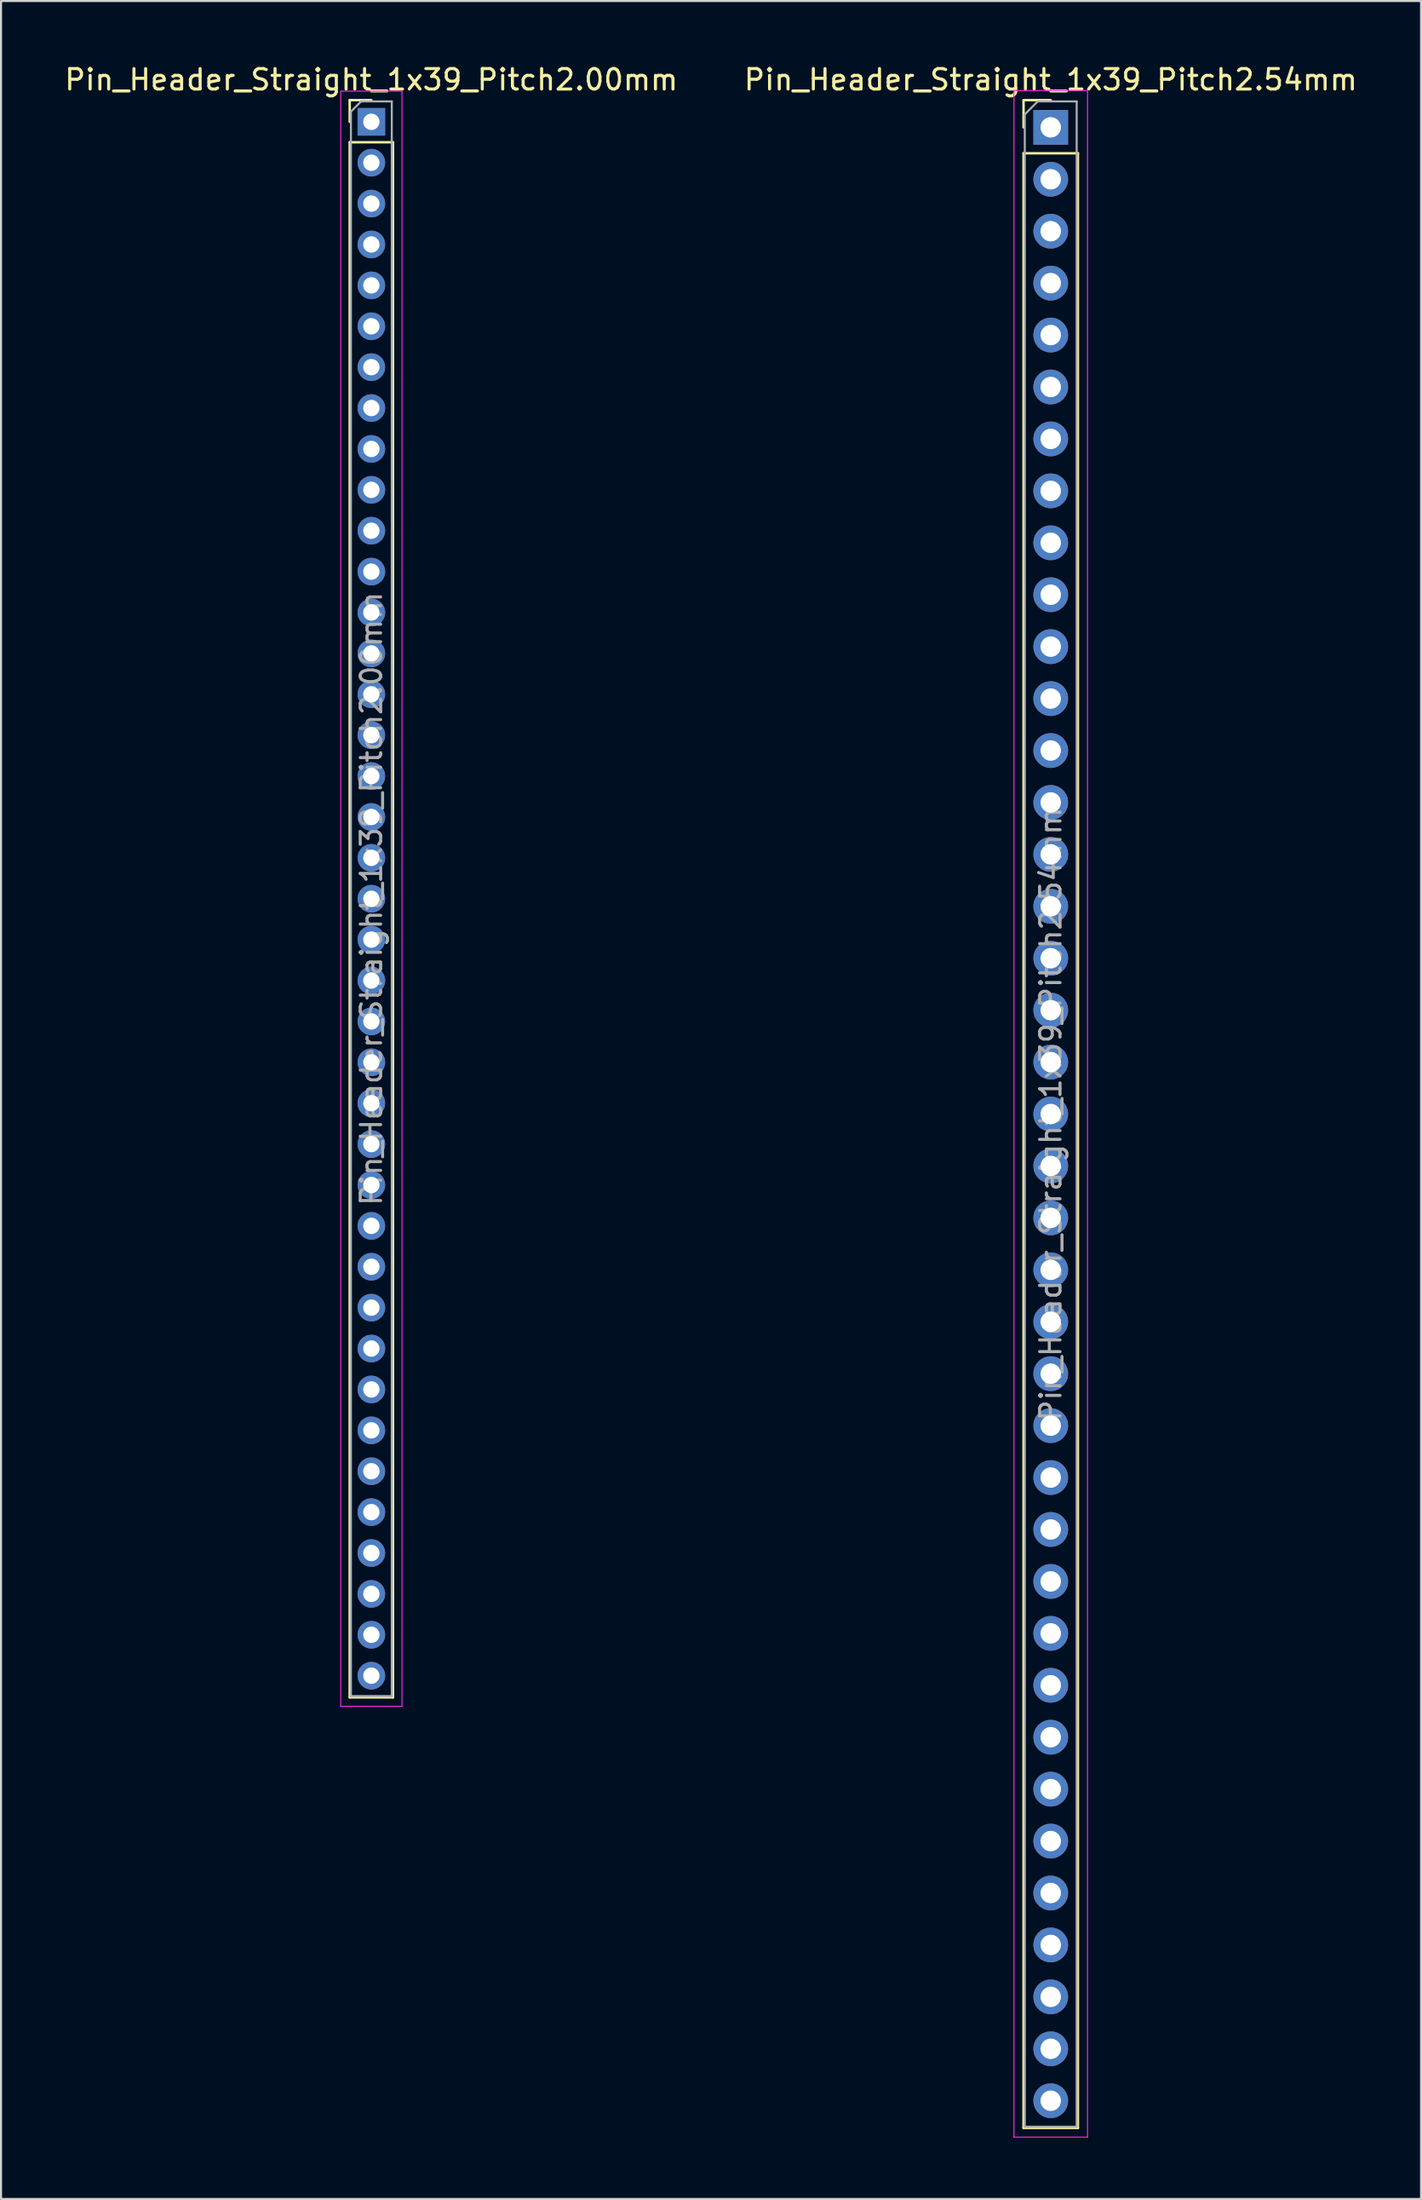
<source format=kicad_pcb>
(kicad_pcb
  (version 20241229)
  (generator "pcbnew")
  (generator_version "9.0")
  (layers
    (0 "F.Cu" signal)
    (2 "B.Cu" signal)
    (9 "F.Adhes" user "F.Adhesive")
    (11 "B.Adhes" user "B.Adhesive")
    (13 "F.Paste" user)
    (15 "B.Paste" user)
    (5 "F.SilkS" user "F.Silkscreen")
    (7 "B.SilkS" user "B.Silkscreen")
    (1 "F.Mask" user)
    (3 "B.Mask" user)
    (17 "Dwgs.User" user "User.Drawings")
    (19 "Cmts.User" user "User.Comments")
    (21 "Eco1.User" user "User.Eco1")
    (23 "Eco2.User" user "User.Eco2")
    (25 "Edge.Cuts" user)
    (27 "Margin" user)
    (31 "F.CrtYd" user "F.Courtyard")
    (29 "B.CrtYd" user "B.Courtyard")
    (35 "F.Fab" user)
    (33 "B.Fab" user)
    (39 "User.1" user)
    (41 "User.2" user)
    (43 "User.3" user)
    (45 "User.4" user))
  (footprint "Pin_Header_Straight_1x39_Pitch2.00mm"
    (layer "F.Cu")
    (at 15.125 2.908)
    (property "Reference" "Pin_Header_Straight_1x39_Pitch2.00mm" (at 0 -2.06 0) (layer "F.SilkS") (effects (font (size 1 1) (thickness 0.15))))
    (attr through_hole)
    (fp_line (start -1.06 -1.06) (end 0 -1.06) (stroke (width 0.12) (type solid)) (layer "F.SilkS"))
    (fp_line (start -1.06 0) (end -1.06 -1.06) (stroke (width 0.12) (type solid)) (layer "F.SilkS"))
    (fp_line (start -1.06 1) (end -1.06 77.06) (stroke (width 0.12) (type solid)) (layer "F.SilkS"))
    (fp_line (start -1.06 1) (end 1.06 1) (stroke (width 0.12) (type solid)) (layer "F.SilkS"))
    (fp_line (start -1.06 77.06) (end 1.06 77.06) (stroke (width 0.12) (type solid)) (layer "F.SilkS"))
    (fp_line (start 1.06 1) (end 1.06 77.06) (stroke (width 0.12) (type solid)) (layer "F.SilkS"))
    (fp_line (start -1.5 -1.5) (end -1.5 77.5) (stroke (width 0.05) (type solid)) (layer "F.CrtYd"))
    (fp_line (start -1.5 77.5) (end 1.5 77.5) (stroke (width 0.05) (type solid)) (layer "F.CrtYd"))
    (fp_line (start 1.5 -1.5) (end -1.5 -1.5) (stroke (width 0.05) (type solid)) (layer "F.CrtYd"))
    (fp_line (start 1.5 77.5) (end 1.5 -1.5) (stroke (width 0.05) (type solid)) (layer "F.CrtYd"))
    (fp_line (start -1 -0.5) (end -0.5 -1) (stroke (width 0.1) (type solid)) (layer "F.Fab"))
    (fp_line (start -1 77) (end -1 -0.5) (stroke (width 0.1) (type solid)) (layer "F.Fab"))
    (fp_line (start -0.5 -1) (end 1 -1) (stroke (width 0.1) (type solid)) (layer "F.Fab"))
    (fp_line (start 1 -1) (end 1 77) (stroke (width 0.1) (type solid)) (layer "F.Fab"))
    (fp_line (start 1 77) (end -1 77) (stroke (width 0.1) (type solid)) (layer "F.Fab"))
    (fp_text user "${REFERENCE}" (at 0 38 90) (layer "F.Fab") (effects (font (size 1 1) (thickness 0.15))))
    (pad "1" thru_hole rect (at 0 0) (size 1.35 1.35) (drill 0.8) (layers "*.Cu" "*.Mask"))
    (pad "2" thru_hole oval (at 0 2) (size 1.35 1.35) (drill 0.8) (layers "*.Cu" "*.Mask"))
    (pad "3" thru_hole oval (at 0 4) (size 1.35 1.35) (drill 0.8) (layers "*.Cu" "*.Mask"))
    (pad "4" thru_hole oval (at 0 6) (size 1.35 1.35) (drill 0.8) (layers "*.Cu" "*.Mask"))
    (pad "5" thru_hole oval (at 0 8) (size 1.35 1.35) (drill 0.8) (layers "*.Cu" "*.Mask"))
    (pad "6" thru_hole oval (at 0 10) (size 1.35 1.35) (drill 0.8) (layers "*.Cu" "*.Mask"))
    (pad "7" thru_hole oval (at 0 12) (size 1.35 1.35) (drill 0.8) (layers "*.Cu" "*.Mask"))
    (pad "8" thru_hole oval (at 0 14) (size 1.35 1.35) (drill 0.8) (layers "*.Cu" "*.Mask"))
    (pad "9" thru_hole oval (at 0 16) (size 1.35 1.35) (drill 0.8) (layers "*.Cu" "*.Mask"))
    (pad "10" thru_hole oval (at 0 18) (size 1.35 1.35) (drill 0.8) (layers "*.Cu" "*.Mask"))
    (pad "11" thru_hole oval (at 0 20) (size 1.35 1.35) (drill 0.8) (layers "*.Cu" "*.Mask"))
    (pad "12" thru_hole oval (at 0 22) (size 1.35 1.35) (drill 0.8) (layers "*.Cu" "*.Mask"))
    (pad "13" thru_hole oval (at 0 24) (size 1.35 1.35) (drill 0.8) (layers "*.Cu" "*.Mask"))
    (pad "14" thru_hole oval (at 0 26) (size 1.35 1.35) (drill 0.8) (layers "*.Cu" "*.Mask"))
    (pad "15" thru_hole oval (at 0 28) (size 1.35 1.35) (drill 0.8) (layers "*.Cu" "*.Mask"))
    (pad "16" thru_hole oval (at 0 30) (size 1.35 1.35) (drill 0.8) (layers "*.Cu" "*.Mask"))
    (pad "17" thru_hole oval (at 0 32) (size 1.35 1.35) (drill 0.8) (layers "*.Cu" "*.Mask"))
    (pad "18" thru_hole oval (at 0 34) (size 1.35 1.35) (drill 0.8) (layers "*.Cu" "*.Mask"))
    (pad "19" thru_hole oval (at 0 36) (size 1.35 1.35) (drill 0.8) (layers "*.Cu" "*.Mask"))
    (pad "20" thru_hole oval (at 0 38) (size 1.35 1.35) (drill 0.8) (layers "*.Cu" "*.Mask"))
    (pad "21" thru_hole oval (at 0 40) (size 1.35 1.35) (drill 0.8) (layers "*.Cu" "*.Mask"))
    (pad "22" thru_hole oval (at 0 42) (size 1.35 1.35) (drill 0.8) (layers "*.Cu" "*.Mask"))
    (pad "23" thru_hole oval (at 0 44) (size 1.35 1.35) (drill 0.8) (layers "*.Cu" "*.Mask"))
    (pad "24" thru_hole oval (at 0 46) (size 1.35 1.35) (drill 0.8) (layers "*.Cu" "*.Mask"))
    (pad "25" thru_hole oval (at 0 48) (size 1.35 1.35) (drill 0.8) (layers "*.Cu" "*.Mask"))
    (pad "26" thru_hole oval (at 0 50) (size 1.35 1.35) (drill 0.8) (layers "*.Cu" "*.Mask"))
    (pad "27" thru_hole oval (at 0 52) (size 1.35 1.35) (drill 0.8) (layers "*.Cu" "*.Mask"))
    (pad "28" thru_hole oval (at 0 54) (size 1.35 1.35) (drill 0.8) (layers "*.Cu" "*.Mask"))
    (pad "29" thru_hole oval (at 0 56) (size 1.35 1.35) (drill 0.8) (layers "*.Cu" "*.Mask"))
    (pad "30" thru_hole oval (at 0 58) (size 1.35 1.35) (drill 0.8) (layers "*.Cu" "*.Mask"))
    (pad "31" thru_hole oval (at 0 60) (size 1.35 1.35) (drill 0.8) (layers "*.Cu" "*.Mask"))
    (pad "32" thru_hole oval (at 0 62) (size 1.35 1.35) (drill 0.8) (layers "*.Cu" "*.Mask"))
    (pad "33" thru_hole oval (at 0 64) (size 1.35 1.35) (drill 0.8) (layers "*.Cu" "*.Mask"))
    (pad "34" thru_hole oval (at 0 66) (size 1.35 1.35) (drill 0.8) (layers "*.Cu" "*.Mask"))
    (pad "35" thru_hole oval (at 0 68) (size 1.35 1.35) (drill 0.8) (layers "*.Cu" "*.Mask"))
    (pad "36" thru_hole oval (at 0 70) (size 1.35 1.35) (drill 0.8) (layers "*.Cu" "*.Mask"))
    (pad "37" thru_hole oval (at 0 72) (size 1.35 1.35) (drill 0.8) (layers "*.Cu" "*.Mask"))
    (pad "38" thru_hole oval (at 0 74) (size 1.35 1.35) (drill 0.8) (layers "*.Cu" "*.Mask"))
    (pad "39" thru_hole oval (at 0 76) (size 1.35 1.35) (drill 0.8) (layers "*.Cu" "*.Mask")))
  (footprint "Pin_Header_Straight_1x39_Pitch2.54mm"
    (layer "F.Cu")
    (at 48.375 3.178)
    (property "Reference" "Pin_Header_Straight_1x39_Pitch2.54mm" (at 0 -2.33 0) (layer "F.SilkS") (effects (font (size 1 1) (thickness 0.15))))
    (attr through_hole)
    (fp_line (start -1.33 -1.33) (end 0 -1.33) (stroke (width 0.12) (type solid)) (layer "F.SilkS"))
    (fp_line (start -1.33 0) (end -1.33 -1.33) (stroke (width 0.12) (type solid)) (layer "F.SilkS"))
    (fp_line (start -1.33 1.27) (end -1.33 97.85) (stroke (width 0.12) (type solid)) (layer "F.SilkS"))
    (fp_line (start -1.33 1.27) (end 1.33 1.27) (stroke (width 0.12) (type solid)) (layer "F.SilkS"))
    (fp_line (start -1.33 97.85) (end 1.33 97.85) (stroke (width 0.12) (type solid)) (layer "F.SilkS"))
    (fp_line (start 1.33 1.27) (end 1.33 97.85) (stroke (width 0.12) (type solid)) (layer "F.SilkS"))
    (fp_line (start -1.8 -1.8) (end -1.8 98.3) (stroke (width 0.05) (type solid)) (layer "F.CrtYd"))
    (fp_line (start -1.8 98.3) (end 1.8 98.3) (stroke (width 0.05) (type solid)) (layer "F.CrtYd"))
    (fp_line (start 1.8 -1.8) (end -1.8 -1.8) (stroke (width 0.05) (type solid)) (layer "F.CrtYd"))
    (fp_line (start 1.8 98.3) (end 1.8 -1.8) (stroke (width 0.05) (type solid)) (layer "F.CrtYd"))
    (fp_line (start -1.27 -0.635) (end -0.635 -1.27) (stroke (width 0.1) (type solid)) (layer "F.Fab"))
    (fp_line (start -1.27 97.79) (end -1.27 -0.635) (stroke (width 0.1) (type solid)) (layer "F.Fab"))
    (fp_line (start -0.635 -1.27) (end 1.27 -1.27) (stroke (width 0.1) (type solid)) (layer "F.Fab"))
    (fp_line (start 1.27 -1.27) (end 1.27 97.79) (stroke (width 0.1) (type solid)) (layer "F.Fab"))
    (fp_line (start 1.27 97.79) (end -1.27 97.79) (stroke (width 0.1) (type solid)) (layer "F.Fab"))
    (fp_text user "${REFERENCE}" (at 0 48.26 90) (layer "F.Fab") (effects (font (size 1 1) (thickness 0.15))))
    (pad "1" thru_hole rect (at 0 0) (size 1.7 1.7) (drill 1) (layers "*.Cu" "*.Mask"))
    (pad "2" thru_hole oval (at 0 2.54) (size 1.7 1.7) (drill 1) (layers "*.Cu" "*.Mask"))
    (pad "3" thru_hole oval (at 0 5.08) (size 1.7 1.7) (drill 1) (layers "*.Cu" "*.Mask"))
    (pad "4" thru_hole oval (at 0 7.62) (size 1.7 1.7) (drill 1) (layers "*.Cu" "*.Mask"))
    (pad "5" thru_hole oval (at 0 10.16) (size 1.7 1.7) (drill 1) (layers "*.Cu" "*.Mask"))
    (pad "6" thru_hole oval (at 0 12.7) (size 1.7 1.7) (drill 1) (layers "*.Cu" "*.Mask"))
    (pad "7" thru_hole oval (at 0 15.24) (size 1.7 1.7) (drill 1) (layers "*.Cu" "*.Mask"))
    (pad "8" thru_hole oval (at 0 17.78) (size 1.7 1.7) (drill 1) (layers "*.Cu" "*.Mask"))
    (pad "9" thru_hole oval (at 0 20.32) (size 1.7 1.7) (drill 1) (layers "*.Cu" "*.Mask"))
    (pad "10" thru_hole oval (at 0 22.86) (size 1.7 1.7) (drill 1) (layers "*.Cu" "*.Mask"))
    (pad "11" thru_hole oval (at 0 25.4) (size 1.7 1.7) (drill 1) (layers "*.Cu" "*.Mask"))
    (pad "12" thru_hole oval (at 0 27.94) (size 1.7 1.7) (drill 1) (layers "*.Cu" "*.Mask"))
    (pad "13" thru_hole oval (at 0 30.48) (size 1.7 1.7) (drill 1) (layers "*.Cu" "*.Mask"))
    (pad "14" thru_hole oval (at 0 33.02) (size 1.7 1.7) (drill 1) (layers "*.Cu" "*.Mask"))
    (pad "15" thru_hole oval (at 0 35.56) (size 1.7 1.7) (drill 1) (layers "*.Cu" "*.Mask"))
    (pad "16" thru_hole oval (at 0 38.1) (size 1.7 1.7) (drill 1) (layers "*.Cu" "*.Mask"))
    (pad "17" thru_hole oval (at 0 40.64) (size 1.7 1.7) (drill 1) (layers "*.Cu" "*.Mask"))
    (pad "18" thru_hole oval (at 0 43.18) (size 1.7 1.7) (drill 1) (layers "*.Cu" "*.Mask"))
    (pad "19" thru_hole oval (at 0 45.72) (size 1.7 1.7) (drill 1) (layers "*.Cu" "*.Mask"))
    (pad "20" thru_hole oval (at 0 48.26) (size 1.7 1.7) (drill 1) (layers "*.Cu" "*.Mask"))
    (pad "21" thru_hole oval (at 0 50.8) (size 1.7 1.7) (drill 1) (layers "*.Cu" "*.Mask"))
    (pad "22" thru_hole oval (at 0 53.34) (size 1.7 1.7) (drill 1) (layers "*.Cu" "*.Mask"))
    (pad "23" thru_hole oval (at 0 55.88) (size 1.7 1.7) (drill 1) (layers "*.Cu" "*.Mask"))
    (pad "24" thru_hole oval (at 0 58.42) (size 1.7 1.7) (drill 1) (layers "*.Cu" "*.Mask"))
    (pad "25" thru_hole oval (at 0 60.96) (size 1.7 1.7) (drill 1) (layers "*.Cu" "*.Mask"))
    (pad "26" thru_hole oval (at 0 63.5) (size 1.7 1.7) (drill 1) (layers "*.Cu" "*.Mask"))
    (pad "27" thru_hole oval (at 0 66.04) (size 1.7 1.7) (drill 1) (layers "*.Cu" "*.Mask"))
    (pad "28" thru_hole oval (at 0 68.58) (size 1.7 1.7) (drill 1) (layers "*.Cu" "*.Mask"))
    (pad "29" thru_hole oval (at 0 71.12) (size 1.7 1.7) (drill 1) (layers "*.Cu" "*.Mask"))
    (pad "30" thru_hole oval (at 0 73.66) (size 1.7 1.7) (drill 1) (layers "*.Cu" "*.Mask"))
    (pad "31" thru_hole oval (at 0 76.2) (size 1.7 1.7) (drill 1) (layers "*.Cu" "*.Mask"))
    (pad "32" thru_hole oval (at 0 78.74) (size 1.7 1.7) (drill 1) (layers "*.Cu" "*.Mask"))
    (pad "33" thru_hole oval (at 0 81.28) (size 1.7 1.7) (drill 1) (layers "*.Cu" "*.Mask"))
    (pad "34" thru_hole oval (at 0 83.82) (size 1.7 1.7) (drill 1) (layers "*.Cu" "*.Mask"))
    (pad "35" thru_hole oval (at 0 86.36) (size 1.7 1.7) (drill 1) (layers "*.Cu" "*.Mask"))
    (pad "36" thru_hole oval (at 0 88.9) (size 1.7 1.7) (drill 1) (layers "*.Cu" "*.Mask"))
    (pad "37" thru_hole oval (at 0 91.44) (size 1.7 1.7) (drill 1) (layers "*.Cu" "*.Mask"))
    (pad "38" thru_hole oval (at 0 93.98) (size 1.7 1.7) (drill 1) (layers "*.Cu" "*.Mask"))
    (pad "39" thru_hole oval (at 0 96.52) (size 1.7 1.7) (drill 1) (layers "*.Cu" "*.Mask")))
  (gr_rect
    (start -3 -3)
    (end 66.5 104.503)
    (stroke (width 0.1) (type default))
    (fill no)
    (layer "Edge.Cuts")))
</source>
